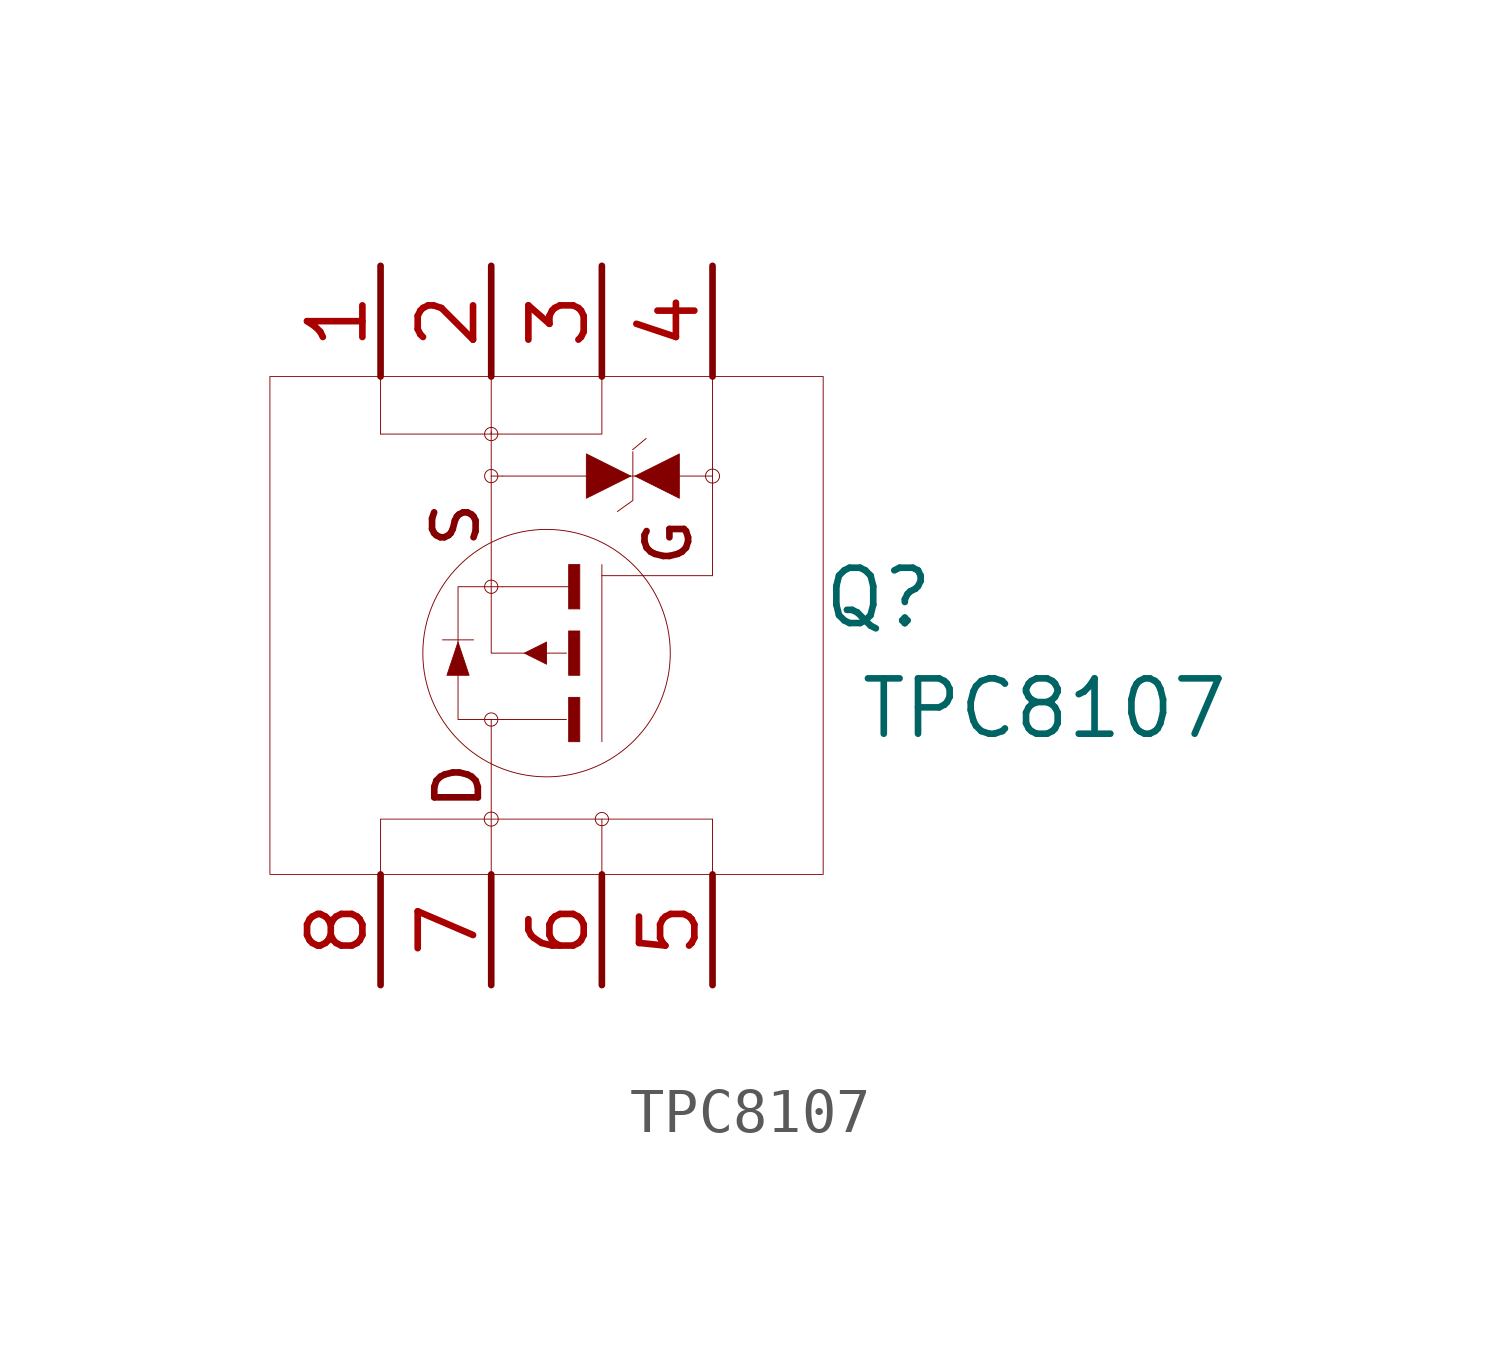
<source format=kicad_sym>
(kicad_symbol_lib
  (version 20201005)
  (generator kicad_symbol_editor)
  (symbol "TPC8107:TPC8107"
    (pin_names hide)
    (property "Reference" "Q"
      (at 7.62 1.27 0)
      (effects (font (size 1.27 1.27))))
    (property "Value" "TPC8107"
      (at 11.43 -1.27 0)
      (effects (font (size 1.27 1.27))))
    (symbol "TPC8107_0_1"
      (circle (center 0 0) (radius 2.84) (stroke (width 0.001)) (fill (type none)))
      (rectangle (start 0.508 2.032) (end 0.762 1.016) (stroke (width 0.001)) (fill (type outline)))
      (rectangle (start 0.508 0.508) (end 0.762 -0.508) (stroke (width 0.001)) (fill (type outline)))
      (rectangle (start 0.508 -1.016) (end 0.762 -2.032) (stroke (width 0.001)) (fill (type outline)))
      (polyline (pts (xy 1.27 2.032) (xy 1.27 -2.032)) (stroke (width 0.001)) (fill (type none)))
      (polyline (pts (xy 1.27 1.778) (xy 3.81 1.778)) (stroke (width 0.001)) (fill (type none)))
      (polyline (pts (xy 0.508 1.524) (xy -1.016 1.524)) (stroke (width 0.001)) (fill (type none)))
      (polyline (pts (xy 0 0.254) (xy 0 -0.254) (xy -0.508 0) (xy 0 0.254)) (stroke (width 0.001)) (fill (type outline)))
      (polyline (pts (xy -1.016 1.524) (xy -2.032 1.524) (xy -2.032 -1.524) (xy -1.016 -1.524)) (stroke (width 0.001)) (fill (type none)))
      (polyline (pts (xy -2.032 0.254) (xy -2.286 -0.508) (xy -1.778 -0.508) (xy -2.032 0.254)) (stroke (width 0.001)) (fill (type outline))))
    (symbol "TPC8107_0_0"
      (circle (center -1.27 5.029) (radius 0.152) (stroke (width 0.001)) (fill (type none)))
      (circle (center 3.81 4.064) (radius 0.161) (stroke (width 0.001)) (fill (type none)))
      (circle (center -1.27 1.524) (radius 0.152) (stroke (width 0.001)) (fill (type none)))
      (circle (center -1.27 4.064) (radius 0.152) (stroke (width 0.001)) (fill (type none)))
      (circle (center -1.27 -1.524) (radius 0.152) (stroke (width 0.001)) (fill (type none)))
      (circle (center -1.27 -3.81) (radius 0.161) (stroke (width 0.001)) (fill (type none)))
      (circle (center 1.27 -3.81) (radius 0.152) (stroke (width 0.001)) (fill (type none)))
      (text "G" (at 2.794 2.54 900) (effects (font (size 1 1))))
      (text "S" (at -2.083 2.946 900) (effects (font (size 1 1))))
      (text "D" (at -2.032 -3.048 900) (effects (font (size 1 1))))
      (rectangle (start -6.35 6.35) (end 6.35 -5.08) (stroke (width 0.001)) (fill (type none)))
      (polyline (pts (xy 3.81 1.778) (xy 3.81 4.064)) (stroke (width 0.001)) (fill (type none)))
      (polyline (pts (xy 3.81 4.064) (xy -1.016 4.064)) (stroke (width 0.001)) (fill (type none)))
      (polyline (pts (xy 3.048 4.572) (xy 3.048 3.556) (xy 2.032 4.064) (xy 3.048 4.572)) (stroke (width 0.001)) (fill (type outline)))
      (polyline (pts (xy 3.81 6.35) (xy 3.81 4.064)) (stroke (width 0.001)) (fill (type none)))
      (polyline (pts (xy 1.27 6.35) (xy 1.27 5.029) (xy -3.81 5.029)) (stroke (width 0.001)) (fill (type none)))
      (polyline (pts (xy -3.81 6.35) (xy -3.81 5.029)) (stroke (width 0.001)) (fill (type none)))
      (polyline (pts (xy -1.27 6.35) (xy -1.27 5.029)) (stroke (width 0.001)) (fill (type none)))
      (polyline (pts (xy -1.27 5.08) (xy -1.27 4.064) (xy -1.016 4.064)) (stroke (width 0.001)) (fill (type none)))
      (polyline (pts (xy -1.27 4.064) (xy -1.27 0) (xy 0.457 0)) (stroke (width 0.001)) (fill (type none)))
      (polyline (pts (xy -1.016 -1.524) (xy 0.457 -1.524)) (stroke (width 0.001)) (fill (type none)))
      (polyline (pts (xy -3.81 -5.08) (xy -3.81 -3.81) (xy 3.81 -3.81) (xy 3.81 -5.08)) (stroke (width 0.001)) (fill (type none)))
      (polyline (pts (xy -1.27 -1.524) (xy -1.27 -5.08)) (stroke (width 0.001)) (fill (type none)))
      (polyline (pts (xy 1.27 -5.08) (xy 1.27 -3.81)) (stroke (width 0.001)) (fill (type none)))
      (polyline (pts (xy -1.676 0.305) (xy -2.388 0.305)) (stroke (width 0.001)) (fill (type none)))
      (polyline (pts (xy 0.914 3.556) (xy 0.914 4.572) (xy 1.93 4.064) (xy 0.914 3.556)) (stroke (width 0.001)) (fill (type outline)))
      (polyline (pts (xy 1.981 4.674) (xy 1.981 4.674)) (stroke (width 0.001)) (fill (type none)))
      (polyline (pts (xy 1.981 4.623) (xy 1.981 3.505) (xy 1.626 3.251)) (stroke (width 0.001)) (fill (type none)))
      (polyline (pts (xy 1.981 4.674) (xy 2.286 4.928)) (stroke (width 0.001)) (fill (type none))))
    (symbol "TPC8107_1_1"
      (pin unspecified line (at -3.81 8.89 270) (length 2.54) (name "S" (effects (font (size 1.27 1.27)))) (number "1" (effects (font (size 1.27 1.27)))))
      (pin unspecified line (at -1.27 8.89 270) (length 2.54) (name "S" (effects (font (size 1.27 1.27)))) (number "2" (effects (font (size 1.27 1.27)))))
      (pin unspecified line (at 1.27 8.89 270) (length 2.54) (name "S" (effects (font (size 1.27 1.27)))) (number "3" (effects (font (size 1.27 1.27)))))
      (pin unspecified line (at 3.81 8.89 270) (length 2.54) (name "G" (effects (font (size 1.27 1.27)))) (number "4" (effects (font (size 1.27 1.27)))))
      (pin unspecified line (at -3.81 -7.62 90) (length 2.54) (name "D" (effects (font (size 1.27 1.27)))) (number "8" (effects (font (size 1.27 1.27)))))
      (pin unspecified line (at -1.27 -7.62 90) (length 2.54) (name "D" (effects (font (size 1.27 1.27)))) (number "7" (effects (font (size 1.27 1.27)))))
      (pin unspecified line (at 1.27 -7.62 90) (length 2.54) (name "D" (effects (font (size 1.27 1.27)))) (number "6" (effects (font (size 1.27 1.27)))))
      (pin unspecified line (at 3.81 -7.62 90) (length 2.54) (name "D" (effects (font (size 1.27 1.27)))) (number "5" (effects (font (size 1.27 1.27))))))))
</source>
